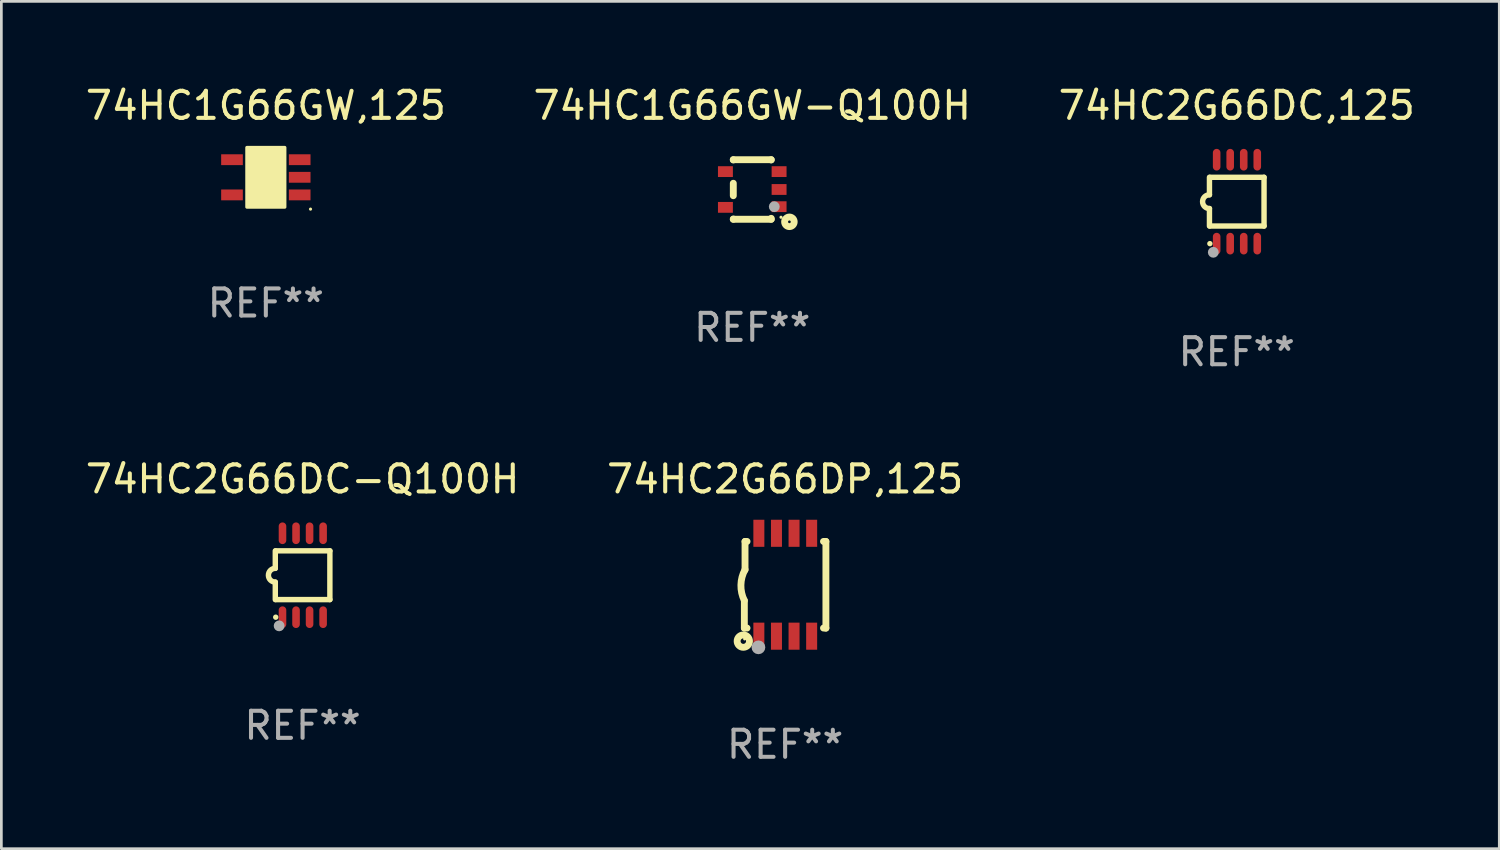
<source format=kicad_pcb>
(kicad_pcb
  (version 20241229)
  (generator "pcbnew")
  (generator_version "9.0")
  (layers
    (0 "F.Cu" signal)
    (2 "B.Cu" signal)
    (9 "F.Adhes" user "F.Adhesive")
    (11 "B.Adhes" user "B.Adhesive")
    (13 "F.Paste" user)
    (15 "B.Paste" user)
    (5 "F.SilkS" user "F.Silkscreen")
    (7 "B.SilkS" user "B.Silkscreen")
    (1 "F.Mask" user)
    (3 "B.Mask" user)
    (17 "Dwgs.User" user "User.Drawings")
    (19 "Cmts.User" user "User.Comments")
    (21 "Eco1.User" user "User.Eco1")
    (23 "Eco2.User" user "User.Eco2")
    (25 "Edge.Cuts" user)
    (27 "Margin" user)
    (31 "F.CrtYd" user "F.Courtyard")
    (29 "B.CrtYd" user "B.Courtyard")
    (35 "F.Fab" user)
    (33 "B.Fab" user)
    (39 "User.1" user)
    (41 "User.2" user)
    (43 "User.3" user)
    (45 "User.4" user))
  (footprint "74HC1G66GW,125"
    (layer "F.Cu")
    (at 6.768 3.498)
    (property "Reference" "74HC1G66GW,125" (at 0 -2.65 0) (layer "F.SilkS") (effects (font (size 1 1) (thickness 0.15))))
    (attr through_hole)
    (fp_arc (start 0.381001 0.637541) (mid 0.380995 0.636271) (end 0.381001 0.635001) (stroke (width 0.24892) (type solid)) (layer "F.SilkS"))
    (fp_circle (center 1.65 1.175) (end 1.68 1.175) (stroke (width 0.06) (type solid)) (fill no) (layer "F.SilkS"))
    (fp_poly (pts (xy -0.7 -1.1) (xy 0.7 -1.1) (xy 0.7 1.1) (xy -0.7 1.1)) (stroke (width 0.12) (type solid)) (fill yes) (layer "F.SilkS"))
    (fp_text user "REF**" (at 0 4.65 0) (layer "F.Fab") (effects (font (size 1 1) (thickness 0.15))))
    (pad "1" smd rect (at 1.25 0.65 270) (size 0.4 0.8) (layers "F.Cu" "F.Mask" "F.Paste"))
    (pad "2" smd rect (at 1.25 0 270) (size 0.4 0.8) (layers "F.Cu" "F.Mask" "F.Paste"))
    (pad "3" smd rect (at 1.25 -0.65 270) (size 0.4 0.8) (layers "F.Cu" "F.Mask" "F.Paste"))
    (pad "4" smd rect (at -1.25 -0.65 270) (size 0.4 0.8) (layers "F.Cu" "F.Mask" "F.Paste"))
    (pad "5" smd rect (at -1.25 0.65 270) (size 0.4 0.8) (layers "F.Cu" "F.Mask" "F.Paste")))
  (footprint "74HC1G66GW-Q100H"
    (layer "F.Cu")
    (at 24.732 3.948)
    (property "Reference" "74HC1G66GW-Q100H" (at 0 -3.1 0) (layer "F.SilkS") (effects (font (size 1 1) (thickness 0.15))))
    (attr through_hole)
    (fp_line (start -0.7 -1.1) (end 0.7 -1.1) (stroke (width 0.254) (type solid)) (layer "F.SilkS"))
    (fp_line (start -0.7 -1.09) (end -0.7 -1.1) (stroke (width 0.254) (type solid)) (layer "F.SilkS"))
    (fp_line (start -0.7 0.23) (end -0.7 -0.23) (stroke (width 0.254) (type solid)) (layer "F.SilkS"))
    (fp_line (start -0.7 1.1) (end -0.7 1.09) (stroke (width 0.254) (type solid)) (layer "F.SilkS"))
    (fp_line (start -0.7 1.1) (end 0.7 1.1) (stroke (width 0.254) (type solid)) (layer "F.SilkS"))
    (fp_line (start 0.7 -1.09) (end 0.7 -1.1) (stroke (width 0.254) (type solid)) (layer "F.SilkS"))
    (fp_line (start 0.7 1.1) (end 0.7 1.065) (stroke (width 0.254) (type solid)) (layer "F.SilkS"))
    (fp_circle (center 1.062 1.025) (end 1.092 1.025) (stroke (width 0.06) (type solid)) (fill no) (layer "F.SilkS"))
    (fp_circle (center 1.372 1.194) (end 1.422 1.194) (stroke (width 0.254) (type solid)) (fill no) (layer "F.SilkS"))
    (fp_circle (center 0.813 0.635) (end 0.913 0.635) (stroke (width 0.2) (type solid)) (fill no) (layer "F.Fab"))
    (fp_text user "REF**" (at 0 5.1 0) (layer "F.Fab") (effects (font (size 1 1) (thickness 0.15))))
    (pad "1" smd rect (at 0.991 0.635 270) (size 0.399 0.551) (layers "F.Cu" "F.Mask" "F.Paste"))
    (pad "2" smd rect (at 0.991 0.000051 270) (size 0.399 0.551) (layers "F.Cu" "F.Mask" "F.Paste"))
    (pad "3" smd rect (at 0.991 -0.66 270) (size 0.399 0.551) (layers "F.Cu" "F.Mask" "F.Paste"))
    (pad "4" smd rect (at -0.991 -0.66 270) (size 0.399 0.551) (layers "F.Cu" "F.Mask" "F.Paste"))
    (pad "5" smd rect (at -0.991 0.66 270) (size 0.399 0.551) (layers "F.Cu" "F.Mask" "F.Paste")))
  (footprint "74HC2G66DC,125"
    (layer "F.Cu")
    (at 42.625 4.398)
    (property "Reference" "74HC2G66DC,125" (at 0 -3.55 0) (layer "F.SilkS") (effects (font (size 1 1) (thickness 0.15))))
    (attr through_hole)
    (fp_line (start -1.008 -0.254) (end -1.008 -0.9) (stroke (width 0.2) (type solid)) (layer "F.SilkS"))
    (fp_line (start -1.008 0.254) (end -1.008 0.9) (stroke (width 0.2) (type solid)) (layer "F.SilkS"))
    (fp_line (start -0.992 0.9) (end 1.008 0.9) (stroke (width 0.2) (type solid)) (layer "F.SilkS"))
    (fp_line (start 1.008 -0.9) (end -0.992 -0.9) (stroke (width 0.2) (type solid)) (layer "F.SilkS"))
    (fp_line (start 1.008 0.9) (end 1.008 -0.9) (stroke (width 0.2) (type solid)) (layer "F.SilkS"))
    (fp_arc (start -1.008001 0.254001) (mid -1.262002 0) (end -1.008001 -0.254001) (stroke (width 0.2) (type solid)) (layer "F.SilkS"))
    (fp_circle (center -0.992 1.55) (end -0.942 1.55) (stroke (width 0.1) (type solid)) (fill no) (layer "F.SilkS"))
    (fp_circle (center -0.866 1.87) (end -0.766 1.87) (stroke (width 0.2) (type solid)) (fill no) (layer "F.Fab"))
    (fp_text user "REF**" (at 0 5.55 0) (layer "F.Fab") (effects (font (size 1 1) (thickness 0.15))))
    (pad "1" smd oval (at -0.742 1.55 270) (size 0.8 0.28) (layers "F.Cu" "F.Mask" "F.Paste"))
    (pad "2" smd oval (at -0.242 1.55 270) (size 0.8 0.28) (layers "F.Cu" "F.Mask" "F.Paste"))
    (pad "3" smd oval (at 0.258 1.55 270) (size 0.8 0.28) (layers "F.Cu" "F.Mask" "F.Paste"))
    (pad "4" smd oval (at 0.758 1.55 270) (size 0.8 0.28) (layers "F.Cu" "F.Mask" "F.Paste"))
    (pad "5" smd oval (at 0.758 -1.55 270) (size 0.8 0.28) (layers "F.Cu" "F.Mask" "F.Paste"))
    (pad "6" smd oval (at 0.258 -1.55 270) (size 0.8 0.28) (layers "F.Cu" "F.Mask" "F.Paste"))
    (pad "7" smd oval (at -0.242 -1.55 270) (size 0.8 0.28) (layers "F.Cu" "F.Mask" "F.Paste"))
    (pad "8" smd oval (at -0.742 -1.55 270) (size 0.8 0.28) (layers "F.Cu" "F.Mask" "F.Paste")))
  (footprint "74HC2G66DC-Q100H"
    (layer "F.Cu")
    (at 8.125 18.194)
    (property "Reference" "74HC2G66DC-Q100H" (at 0 -3.55 0) (layer "F.SilkS") (effects (font (size 1 1) (thickness 0.15))))
    (attr through_hole)
    (fp_line (start -1.008 -0.254) (end -1.008 -0.9) (stroke (width 0.2) (type solid)) (layer "F.SilkS"))
    (fp_line (start -1.008 0.254) (end -1.008 0.9) (stroke (width 0.2) (type solid)) (layer "F.SilkS"))
    (fp_line (start -0.992 0.9) (end 1.008 0.9) (stroke (width 0.2) (type solid)) (layer "F.SilkS"))
    (fp_line (start 1.008 -0.9) (end -0.992 -0.9) (stroke (width 0.2) (type solid)) (layer "F.SilkS"))
    (fp_line (start 1.008 0.9) (end 1.008 -0.9) (stroke (width 0.2) (type solid)) (layer "F.SilkS"))
    (fp_arc (start -1.008001 0.254001) (mid -1.262002 0) (end -1.008001 -0.254001) (stroke (width 0.2) (type solid)) (layer "F.SilkS"))
    (fp_circle (center -0.992 1.55) (end -0.942 1.55) (stroke (width 0.1) (type solid)) (fill no) (layer "F.SilkS"))
    (fp_circle (center -0.866 1.87) (end -0.766 1.87) (stroke (width 0.2) (type solid)) (fill no) (layer "F.Fab"))
    (fp_text user "REF**" (at 0 5.55 0) (layer "F.Fab") (effects (font (size 1 1) (thickness 0.15))))
    (pad "1" smd oval (at -0.742 1.55 270) (size 0.8 0.28) (layers "F.Cu" "F.Mask" "F.Paste"))
    (pad "2" smd oval (at -0.242 1.55 270) (size 0.8 0.28) (layers "F.Cu" "F.Mask" "F.Paste"))
    (pad "3" smd oval (at 0.258 1.55 270) (size 0.8 0.28) (layers "F.Cu" "F.Mask" "F.Paste"))
    (pad "4" smd oval (at 0.758 1.55 270) (size 0.8 0.28) (layers "F.Cu" "F.Mask" "F.Paste"))
    (pad "5" smd oval (at 0.758 -1.55 270) (size 0.8 0.28) (layers "F.Cu" "F.Mask" "F.Paste"))
    (pad "6" smd oval (at 0.258 -1.55 270) (size 0.8 0.28) (layers "F.Cu" "F.Mask" "F.Paste"))
    (pad "7" smd oval (at -0.242 -1.55 270) (size 0.8 0.28) (layers "F.Cu" "F.Mask" "F.Paste"))
    (pad "8" smd oval (at -0.742 -1.55 270) (size 0.8 0.28) (layers "F.Cu" "F.Mask" "F.Paste")))
  (footprint "74HC2G66DP,125"
    (layer "F.Cu")
    (at 25.946 18.545)
    (property "Reference" "74HC2G66DP,125" (at 0 -3.9 0) (layer "F.SilkS") (effects (font (size 1 1) (thickness 0.15))))
    (attr through_hole)
    (fp_line (start -1.506 1.6) (end -1.506 0.584) (stroke (width 0.254) (type solid)) (layer "F.SilkS"))
    (fp_line (start -1.506 1.6) (end -1.407 1.6) (stroke (width 0.254) (type solid)) (layer "F.SilkS"))
    (fp_line (start -1.481 -1.599) (end -1.481 -0.549) (stroke (width 0.254) (type solid)) (layer "F.SilkS"))
    (fp_line (start -1.481 -1.599) (end -1.407 -1.599) (stroke (width 0.254) (type solid)) (layer "F.SilkS"))
    (fp_line (start 1.417 -1.599) (end 1.506 -1.599) (stroke (width 0.254) (type solid)) (layer "F.SilkS"))
    (fp_line (start 1.417 1.6) (end 1.506 1.6) (stroke (width 0.254) (type solid)) (layer "F.SilkS"))
    (fp_line (start 1.506 1.603) (end 1.506 -1.595) (stroke (width 0.254) (type solid)) (layer "F.SilkS"))
    (fp_arc (start -1.506223 0.584328) (mid -1.632455 0.00974) (end -1.480823 -0.558674) (stroke (width 0.254001) (type solid)) (layer "F.SilkS"))
    (fp_circle (center -1.544 2.083) (end -1.443 2.083) (stroke (width 0.254) (type solid)) (fill no) (layer "F.SilkS"))
    (fp_circle (center -1.495 2) (end -1.465 2) (stroke (width 0.06) (type solid)) (fill no) (layer "F.SilkS"))
    (fp_circle (center -0.986 2.312) (end -0.859 2.312) (stroke (width 0.254) (type solid)) (fill no) (layer "F.Fab"))
    (fp_text user "REF**" (at 0 5.9 0) (layer "F.Fab") (effects (font (size 1 1) (thickness 0.15))))
    (pad "1" smd rect (at -0.97 1.9 90) (size 1 0.406) (layers "F.Cu" "F.Mask" "F.Paste"))
    (pad "2" smd rect (at -0.32 1.9 90) (size 1 0.406) (layers "F.Cu" "F.Mask" "F.Paste"))
    (pad "3" smd rect (at 0.33 1.9 90) (size 1 0.406) (layers "F.Cu" "F.Mask" "F.Paste"))
    (pad "4" smd rect (at 0.98 1.9 90) (size 1 0.406) (layers "F.Cu" "F.Mask" "F.Paste"))
    (pad "5" smd rect (at 0.98 -1.9 90) (size 1 0.406) (layers "F.Cu" "F.Mask" "F.Paste"))
    (pad "6" smd rect (at 0.33 -1.9 90) (size 1 0.406) (layers "F.Cu" "F.Mask" "F.Paste"))
    (pad "7" smd rect (at -0.32 -1.9 90) (size 1 0.406) (layers "F.Cu" "F.Mask" "F.Paste"))
    (pad "8" smd rect (at -0.97 -1.9 90) (size 1 0.406) (layers "F.Cu" "F.Mask" "F.Paste")))
  (gr_rect
    (start -3 -3)
    (end 52.321 28.293)
    (stroke (width 0.1) (type default))
    (fill no)
    (layer "Edge.Cuts")))
</source>
